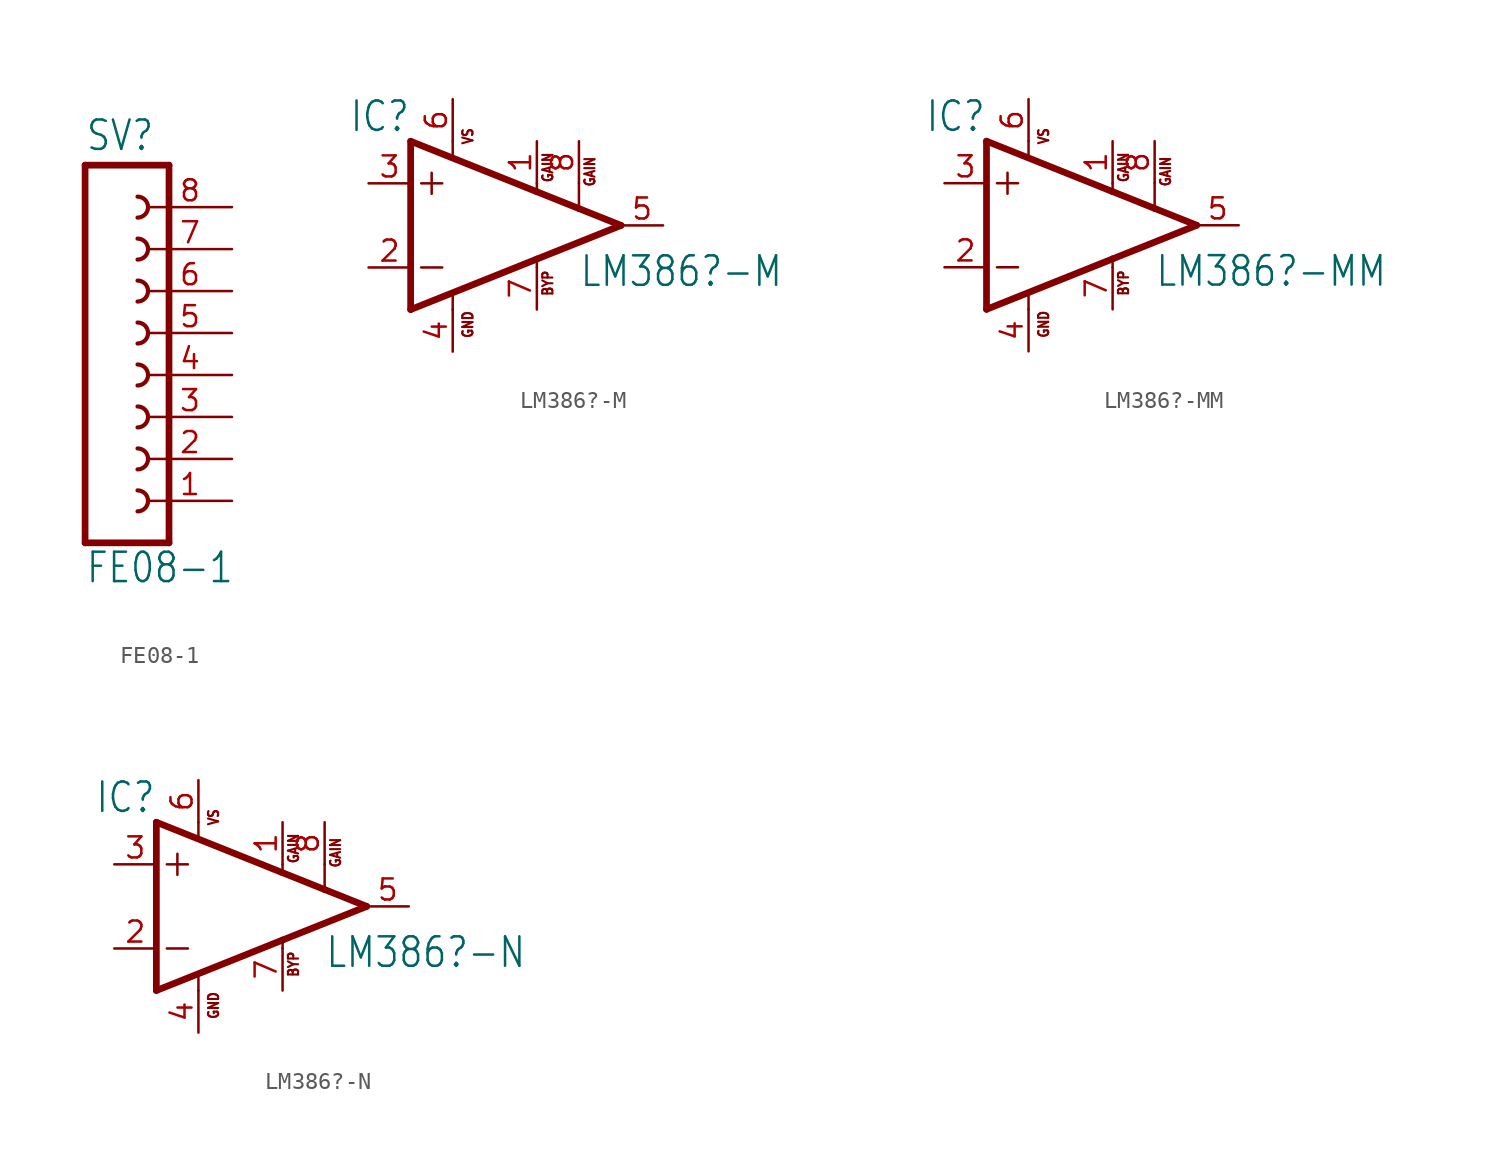
<source format=kicad_sym>
(kicad_symbol_lib
  (version 20211014)
  (generator kicad_symbol_editor)
  (symbol "FE08-1"
    (property "Reference" "SV"
      (at -1.27 13.462 0)
      (effects (font (size 1.778 1.511)) (justify left bottom)))
    (property "Value" "FE08-1"
      (at -1.27 -12.7 0)
      (effects (font (size 1.778 1.511)) (justify left bottom)))
    (property "ki_locked" ""
      (at 0 0 0)
      (effects (font (size 1.27 1.27))))
    (symbol "FE08-1_1_0"
      (polyline (pts (xy -1.27 12.7) (xy -1.27 -10.16)) (stroke (width 0.406) (type default) (color 0 0 0 0)) (fill (type none)))
      (polyline (pts (xy -1.27 12.7) (xy 3.81 12.7)) (stroke (width 0.406) (type default) (color 0 0 0 0)) (fill (type none)))
      (polyline (pts (xy 3.81 -10.16) (xy -1.27 -10.16)) (stroke (width 0.406) (type default) (color 0 0 0 0)) (fill (type none)))
      (polyline (pts (xy 3.81 -10.16) (xy 3.81 12.7)) (stroke (width 0.406) (type default) (color 0 0 0 0)) (fill (type none)))
      (arc (start 1.905 -8.255) (mid 2.54 -7.62) (end 1.905 -6.985) (stroke (width 0.254) (type default) (color 0 0 0 0)) (fill (type none)))
      (arc (start 1.905 -5.715) (mid 2.54 -5.08) (end 1.905 -4.445) (stroke (width 0.254) (type default) (color 0 0 0 0)) (fill (type none)))
      (arc (start 1.905 -3.175) (mid 2.54 -2.54) (end 1.905 -1.905) (stroke (width 0.254) (type default) (color 0 0 0 0)) (fill (type none)))
      (arc (start 1.905 -0.635) (mid 2.54 0) (end 1.905 0.635) (stroke (width 0.254) (type default) (color 0 0 0 0)) (fill (type none)))
      (arc (start 1.905 1.905) (mid 2.54 2.54) (end 1.905 3.175) (stroke (width 0.254) (type default) (color 0 0 0 0)) (fill (type none)))
      (arc (start 1.905 4.445) (mid 2.54 5.08) (end 1.905 5.715) (stroke (width 0.254) (type default) (color 0 0 0 0)) (fill (type none)))
      (arc (start 1.905 6.985) (mid 2.54 7.62) (end 1.905 8.255) (stroke (width 0.254) (type default) (color 0 0 0 0)) (fill (type none)))
      (arc (start 1.905 9.525) (mid 2.54 10.16) (end 1.905 10.795) (stroke (width 0.254) (type default) (color 0 0 0 0)) (fill (type none)))
      (pin passive line (at 7.62 -7.62 180) (length 5.08) (name "1" (effects (font (size 0 0)))) (number "1" (effects (font (size 1.27 1.27)))))
      (pin passive line (at 7.62 -5.08 180) (length 5.08) (name "2" (effects (font (size 0 0)))) (number "2" (effects (font (size 1.27 1.27)))))
      (pin passive line (at 7.62 -2.54 180) (length 5.08) (name "3" (effects (font (size 0 0)))) (number "3" (effects (font (size 1.27 1.27)))))
      (pin passive line (at 7.62 0 180) (length 5.08) (name "4" (effects (font (size 0 0)))) (number "4" (effects (font (size 1.27 1.27)))))
      (pin passive line (at 7.62 2.54 180) (length 5.08) (name "5" (effects (font (size 0 0)))) (number "5" (effects (font (size 1.27 1.27)))))
      (pin passive line (at 7.62 5.08 180) (length 5.08) (name "6" (effects (font (size 0 0)))) (number "6" (effects (font (size 1.27 1.27)))))
      (pin passive line (at 7.62 7.62 180) (length 5.08) (name "7" (effects (font (size 0 0)))) (number "7" (effects (font (size 1.27 1.27)))))
      (pin passive line (at 7.62 10.16 180) (length 5.08) (name "8" (effects (font (size 0 0)))) (number "8" (effects (font (size 1.27 1.27)))))))
  (symbol "LM386?-M"
    (property "Reference" "IC"
      (at -5.08 7.62 0)
      (effects (font (size 1.778 1.511)) (justify right top)))
    (property "Value" "LM386?-M"
      (at 5.08 -3.81 0)
      (effects (font (size 1.778 1.511)) (justify left bottom)))
    (property "ki_locked" ""
      (at 0 0 0)
      (effects (font (size 1.27 1.27))))
    (symbol "LM386?-M_1_0"
      (polyline (pts (xy -5.08 -5.08) (xy 2.54 -2.032)) (stroke (width 0.406) (type default) (color 0 0 0 0)) (fill (type none)))
      (polyline (pts (xy -5.08 5.08) (xy -5.08 -5.08)) (stroke (width 0.406) (type default) (color 0 0 0 0)) (fill (type none)))
      (polyline (pts (xy -4.445 -2.54) (xy -3.175 -2.54)) (stroke (width 0.152) (type default) (color 0 0 0 0)) (fill (type none)))
      (polyline (pts (xy -4.445 2.54) (xy -3.175 2.54)) (stroke (width 0.152) (type default) (color 0 0 0 0)) (fill (type none)))
      (polyline (pts (xy -3.81 3.175) (xy -3.81 1.905)) (stroke (width 0.152) (type default) (color 0 0 0 0)) (fill (type none)))
      (polyline (pts (xy -2.54 -4.14) (xy -2.54 -5.08)) (stroke (width 0.152) (type default) (color 0 0 0 0)) (fill (type none)))
      (polyline (pts (xy -2.54 5.08) (xy -2.54 4.14)) (stroke (width 0.152) (type default) (color 0 0 0 0)) (fill (type none)))
      (polyline (pts (xy 2.54 -2.54) (xy 2.54 -2.032)) (stroke (width 0.152) (type default) (color 0 0 0 0)) (fill (type none)))
      (polyline (pts (xy 2.54 -2.032) (xy 7.62 0)) (stroke (width 0.406) (type default) (color 0 0 0 0)) (fill (type none)))
      (polyline (pts (xy 2.54 2.032) (xy -5.08 5.08)) (stroke (width 0.406) (type default) (color 0 0 0 0)) (fill (type none)))
      (polyline (pts (xy 2.54 2.54) (xy 2.54 2.032)) (stroke (width 0.152) (type default) (color 0 0 0 0)) (fill (type none)))
      (polyline (pts (xy 5.08 1.016) (xy 2.54 2.032)) (stroke (width 0.406) (type default) (color 0 0 0 0)) (fill (type none)))
      (polyline (pts (xy 5.08 2.54) (xy 5.08 1.016)) (stroke (width 0.152) (type default) (color 0 0 0 0)) (fill (type none)))
      (polyline (pts (xy 7.62 0) (xy 5.08 1.016)) (stroke (width 0.406) (type default) (color 0 0 0 0)) (fill (type none)))
      (text "BYP" (at 3.556 -4.318 900) (effects (font (size 0.61 0.518)) (justify left bottom)))
      (text "GAIN" (at 3.556 2.54 900) (effects (font (size 0.61 0.518)) (justify left bottom)))
      (text "GAIN" (at 6.096 2.286 900) (effects (font (size 0.61 0.518)) (justify left bottom)))
      (text "GND" (at -1.27 -6.858 900) (effects (font (size 0.61 0.518)) (justify left bottom)))
      (text "VS" (at -1.27 4.826 900) (effects (font (size 0.61 0.518)) (justify left bottom)))
      (pin passive line (at 2.54 5.08 270) (length 2.54) (name "GAIN@1" (effects (font (size 0 0)))) (number "1" (effects (font (size 1.27 1.27)))))
      (pin input line (at -7.62 -2.54 0) (length 2.54) (name "-IN" (effects (font (size 0 0)))) (number "2" (effects (font (size 1.27 1.27)))))
      (pin input line (at -7.62 2.54 0) (length 2.54) (name "+IN" (effects (font (size 0 0)))) (number "3" (effects (font (size 1.27 1.27)))))
      (pin power_in line (at -2.54 -7.62 90) (length 2.54) (name "GND" (effects (font (size 0 0)))) (number "4" (effects (font (size 1.27 1.27)))))
      (pin output line (at 10.16 0 180) (length 2.54) (name "OUT" (effects (font (size 0 0)))) (number "5" (effects (font (size 1.27 1.27)))))
      (pin power_in line (at -2.54 7.62 270) (length 2.54) (name "VS" (effects (font (size 0 0)))) (number "6" (effects (font (size 1.27 1.27)))))
      (pin passive line (at 2.54 -5.08 90) (length 2.54) (name "BYPASS" (effects (font (size 0 0)))) (number "7" (effects (font (size 1.27 1.27)))))
      (pin passive line (at 5.08 5.08 270) (length 2.54) (name "GAIN@2" (effects (font (size 0 0)))) (number "8" (effects (font (size 1.27 1.27)))))))
  (symbol "LM386?-MM"
    (property "Reference" "IC"
      (at -5.08 7.62 0)
      (effects (font (size 1.778 1.511)) (justify right top)))
    (property "Value" "LM386?-MM"
      (at 5.08 -3.81 0)
      (effects (font (size 1.778 1.511)) (justify left bottom)))
    (property "ki_locked" ""
      (at 0 0 0)
      (effects (font (size 1.27 1.27))))
    (symbol "LM386?-MM_1_0"
      (polyline (pts (xy -5.08 -5.08) (xy 2.54 -2.032)) (stroke (width 0.406) (type default) (color 0 0 0 0)) (fill (type none)))
      (polyline (pts (xy -5.08 5.08) (xy -5.08 -5.08)) (stroke (width 0.406) (type default) (color 0 0 0 0)) (fill (type none)))
      (polyline (pts (xy -4.445 -2.54) (xy -3.175 -2.54)) (stroke (width 0.152) (type default) (color 0 0 0 0)) (fill (type none)))
      (polyline (pts (xy -4.445 2.54) (xy -3.175 2.54)) (stroke (width 0.152) (type default) (color 0 0 0 0)) (fill (type none)))
      (polyline (pts (xy -3.81 3.175) (xy -3.81 1.905)) (stroke (width 0.152) (type default) (color 0 0 0 0)) (fill (type none)))
      (polyline (pts (xy -2.54 -4.14) (xy -2.54 -5.08)) (stroke (width 0.152) (type default) (color 0 0 0 0)) (fill (type none)))
      (polyline (pts (xy -2.54 5.08) (xy -2.54 4.14)) (stroke (width 0.152) (type default) (color 0 0 0 0)) (fill (type none)))
      (polyline (pts (xy 2.54 -2.54) (xy 2.54 -2.032)) (stroke (width 0.152) (type default) (color 0 0 0 0)) (fill (type none)))
      (polyline (pts (xy 2.54 -2.032) (xy 7.62 0)) (stroke (width 0.406) (type default) (color 0 0 0 0)) (fill (type none)))
      (polyline (pts (xy 2.54 2.032) (xy -5.08 5.08)) (stroke (width 0.406) (type default) (color 0 0 0 0)) (fill (type none)))
      (polyline (pts (xy 2.54 2.54) (xy 2.54 2.032)) (stroke (width 0.152) (type default) (color 0 0 0 0)) (fill (type none)))
      (polyline (pts (xy 5.08 1.016) (xy 2.54 2.032)) (stroke (width 0.406) (type default) (color 0 0 0 0)) (fill (type none)))
      (polyline (pts (xy 5.08 2.54) (xy 5.08 1.016)) (stroke (width 0.152) (type default) (color 0 0 0 0)) (fill (type none)))
      (polyline (pts (xy 7.62 0) (xy 5.08 1.016)) (stroke (width 0.406) (type default) (color 0 0 0 0)) (fill (type none)))
      (text "BYP" (at 3.556 -4.318 900) (effects (font (size 0.61 0.518)) (justify left bottom)))
      (text "GAIN" (at 3.556 2.54 900) (effects (font (size 0.61 0.518)) (justify left bottom)))
      (text "GAIN" (at 6.096 2.286 900) (effects (font (size 0.61 0.518)) (justify left bottom)))
      (text "GND" (at -1.27 -6.858 900) (effects (font (size 0.61 0.518)) (justify left bottom)))
      (text "VS" (at -1.27 4.826 900) (effects (font (size 0.61 0.518)) (justify left bottom)))
      (pin passive line (at 2.54 5.08 270) (length 2.54) (name "GAIN@1" (effects (font (size 0 0)))) (number "1" (effects (font (size 1.27 1.27)))))
      (pin input line (at -7.62 -2.54 0) (length 2.54) (name "-IN" (effects (font (size 0 0)))) (number "2" (effects (font (size 1.27 1.27)))))
      (pin input line (at -7.62 2.54 0) (length 2.54) (name "+IN" (effects (font (size 0 0)))) (number "3" (effects (font (size 1.27 1.27)))))
      (pin power_in line (at -2.54 -7.62 90) (length 2.54) (name "GND" (effects (font (size 0 0)))) (number "4" (effects (font (size 1.27 1.27)))))
      (pin output line (at 10.16 0 180) (length 2.54) (name "OUT" (effects (font (size 0 0)))) (number "5" (effects (font (size 1.27 1.27)))))
      (pin power_in line (at -2.54 7.62 270) (length 2.54) (name "VS" (effects (font (size 0 0)))) (number "6" (effects (font (size 1.27 1.27)))))
      (pin passive line (at 2.54 -5.08 90) (length 2.54) (name "BYPASS" (effects (font (size 0 0)))) (number "7" (effects (font (size 1.27 1.27)))))
      (pin passive line (at 5.08 5.08 270) (length 2.54) (name "GAIN@2" (effects (font (size 0 0)))) (number "8" (effects (font (size 1.27 1.27)))))))
  (symbol "LM386?-N"
    (property "Reference" "IC"
      (at -5.08 7.62 0)
      (effects (font (size 1.778 1.511)) (justify right top)))
    (property "Value" "LM386?-N"
      (at 5.08 -3.81 0)
      (effects (font (size 1.778 1.511)) (justify left bottom)))
    (property "ki_locked" ""
      (at 0 0 0)
      (effects (font (size 1.27 1.27))))
    (symbol "LM386?-N_1_0"
      (polyline (pts (xy -5.08 -5.08) (xy 2.54 -2.032)) (stroke (width 0.406) (type default) (color 0 0 0 0)) (fill (type none)))
      (polyline (pts (xy -5.08 5.08) (xy -5.08 -5.08)) (stroke (width 0.406) (type default) (color 0 0 0 0)) (fill (type none)))
      (polyline (pts (xy -4.445 -2.54) (xy -3.175 -2.54)) (stroke (width 0.152) (type default) (color 0 0 0 0)) (fill (type none)))
      (polyline (pts (xy -4.445 2.54) (xy -3.175 2.54)) (stroke (width 0.152) (type default) (color 0 0 0 0)) (fill (type none)))
      (polyline (pts (xy -3.81 3.175) (xy -3.81 1.905)) (stroke (width 0.152) (type default) (color 0 0 0 0)) (fill (type none)))
      (polyline (pts (xy -2.54 -4.14) (xy -2.54 -5.08)) (stroke (width 0.152) (type default) (color 0 0 0 0)) (fill (type none)))
      (polyline (pts (xy -2.54 5.08) (xy -2.54 4.14)) (stroke (width 0.152) (type default) (color 0 0 0 0)) (fill (type none)))
      (polyline (pts (xy 2.54 -2.54) (xy 2.54 -2.032)) (stroke (width 0.152) (type default) (color 0 0 0 0)) (fill (type none)))
      (polyline (pts (xy 2.54 -2.032) (xy 7.62 0)) (stroke (width 0.406) (type default) (color 0 0 0 0)) (fill (type none)))
      (polyline (pts (xy 2.54 2.032) (xy -5.08 5.08)) (stroke (width 0.406) (type default) (color 0 0 0 0)) (fill (type none)))
      (polyline (pts (xy 2.54 2.54) (xy 2.54 2.032)) (stroke (width 0.152) (type default) (color 0 0 0 0)) (fill (type none)))
      (polyline (pts (xy 5.08 1.016) (xy 2.54 2.032)) (stroke (width 0.406) (type default) (color 0 0 0 0)) (fill (type none)))
      (polyline (pts (xy 5.08 2.54) (xy 5.08 1.016)) (stroke (width 0.152) (type default) (color 0 0 0 0)) (fill (type none)))
      (polyline (pts (xy 7.62 0) (xy 5.08 1.016)) (stroke (width 0.406) (type default) (color 0 0 0 0)) (fill (type none)))
      (text "BYP" (at 3.556 -4.318 900) (effects (font (size 0.61 0.518)) (justify left bottom)))
      (text "GAIN" (at 3.556 2.54 900) (effects (font (size 0.61 0.518)) (justify left bottom)))
      (text "GAIN" (at 6.096 2.286 900) (effects (font (size 0.61 0.518)) (justify left bottom)))
      (text "GND" (at -1.27 -6.858 900) (effects (font (size 0.61 0.518)) (justify left bottom)))
      (text "VS" (at -1.27 4.826 900) (effects (font (size 0.61 0.518)) (justify left bottom)))
      (pin passive line (at 2.54 5.08 270) (length 2.54) (name "GAIN@1" (effects (font (size 0 0)))) (number "1" (effects (font (size 1.27 1.27)))))
      (pin input line (at -7.62 -2.54 0) (length 2.54) (name "-IN" (effects (font (size 0 0)))) (number "2" (effects (font (size 1.27 1.27)))))
      (pin input line (at -7.62 2.54 0) (length 2.54) (name "+IN" (effects (font (size 0 0)))) (number "3" (effects (font (size 1.27 1.27)))))
      (pin power_in line (at -2.54 -7.62 90) (length 2.54) (name "GND" (effects (font (size 0 0)))) (number "4" (effects (font (size 1.27 1.27)))))
      (pin output line (at 10.16 0 180) (length 2.54) (name "OUT" (effects (font (size 0 0)))) (number "5" (effects (font (size 1.27 1.27)))))
      (pin power_in line (at -2.54 7.62 270) (length 2.54) (name "VS" (effects (font (size 0 0)))) (number "6" (effects (font (size 1.27 1.27)))))
      (pin passive line (at 2.54 -5.08 90) (length 2.54) (name "BYPASS" (effects (font (size 0 0)))) (number "7" (effects (font (size 1.27 1.27)))))
      (pin passive line (at 5.08 5.08 270) (length 2.54) (name "GAIN@2" (effects (font (size 0 0)))) (number "8" (effects (font (size 1.27 1.27))))))))
</source>
